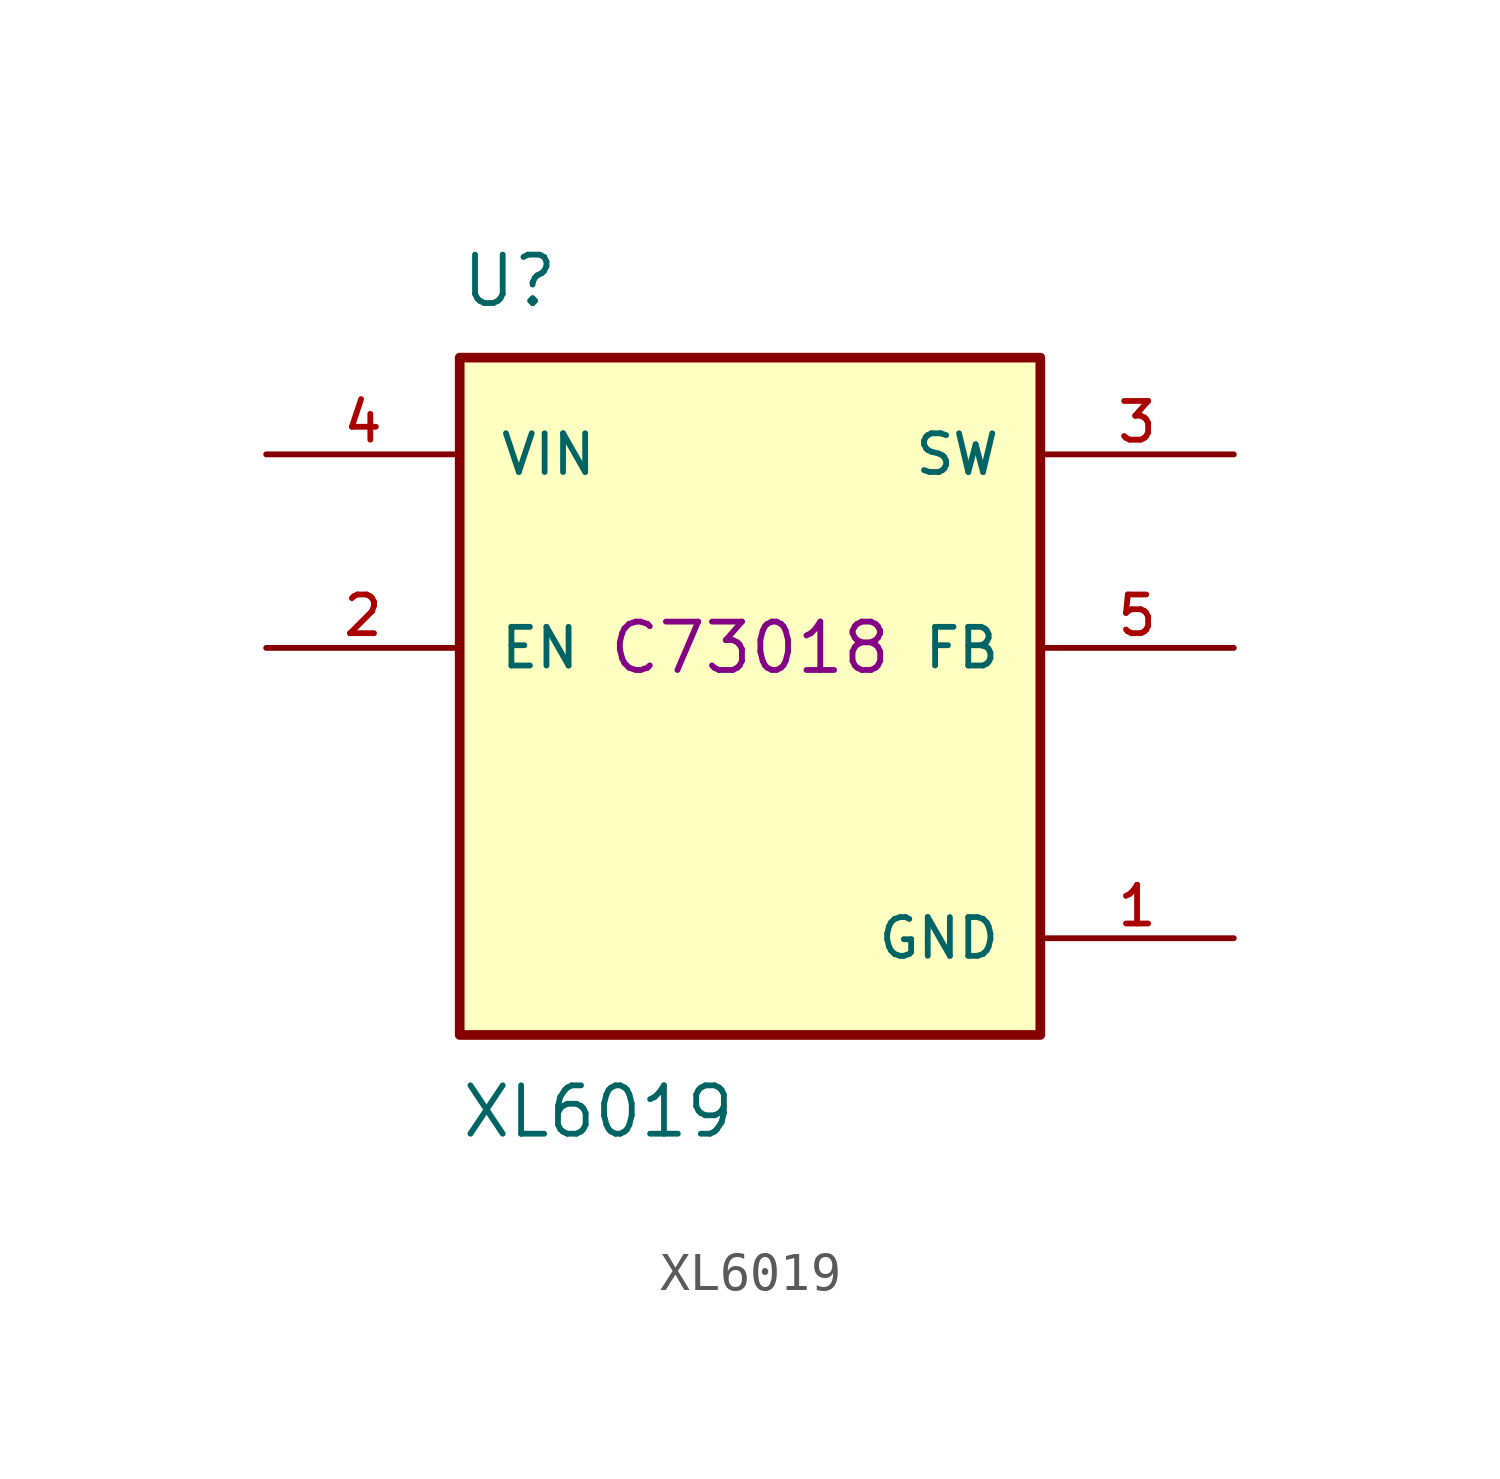
<source format=kicad_sym>
(kicad_symbol_lib
  (version 20220914)
  (generator kicad_symbol_editor)
  (symbol "XL6019"
    (pin_names
      (offset 1.016))
    (property "Reference" "U"
      (at -7.62 8.89 0)
      (effects (font (size 1.27 1.27)) (justify left bottom)))
    (property "Value" "XL6019"
      (at -7.62 -11.43 0)
      (effects (font (size 1.27 1.27)) (justify left top)))
    (property "LCSC" "C73018"
      (at 0 0 0)
      (effects (font (size 1.27 1.27))))
    (symbol "XL6019_0_0"
      (rectangle (start -7.62 7.62) (end 7.62 -10.16) (stroke (width 0.254) (type default)) (fill (type background)))
      (pin power_in line (at 12.7 -7.62 180) (length 5.08) (name "GND" (effects (font (size 1.016 1.016)))) (number "1" (effects (font (size 1.016 1.016)))))
      (pin input line (at -12.7 0 0) (length 5.08) (name "EN" (effects (font (size 1.016 1.016)))) (number "2" (effects (font (size 1.016 1.016)))))
      (pin output line (at 12.7 5.08 180) (length 5.08) (name "SW" (effects (font (size 1.016 1.016)))) (number "3" (effects (font (size 1.016 1.016)))))
      (pin input line (at -12.7 5.08 0) (length 5.08) (name "VIN" (effects (font (size 1.016 1.016)))) (number "4" (effects (font (size 1.016 1.016)))))
      (pin input line (at 12.7 0 180) (length 5.08) (name "FB" (effects (font (size 1.016 1.016)))) (number "5" (effects (font (size 1.016 1.016))))))))
</source>
